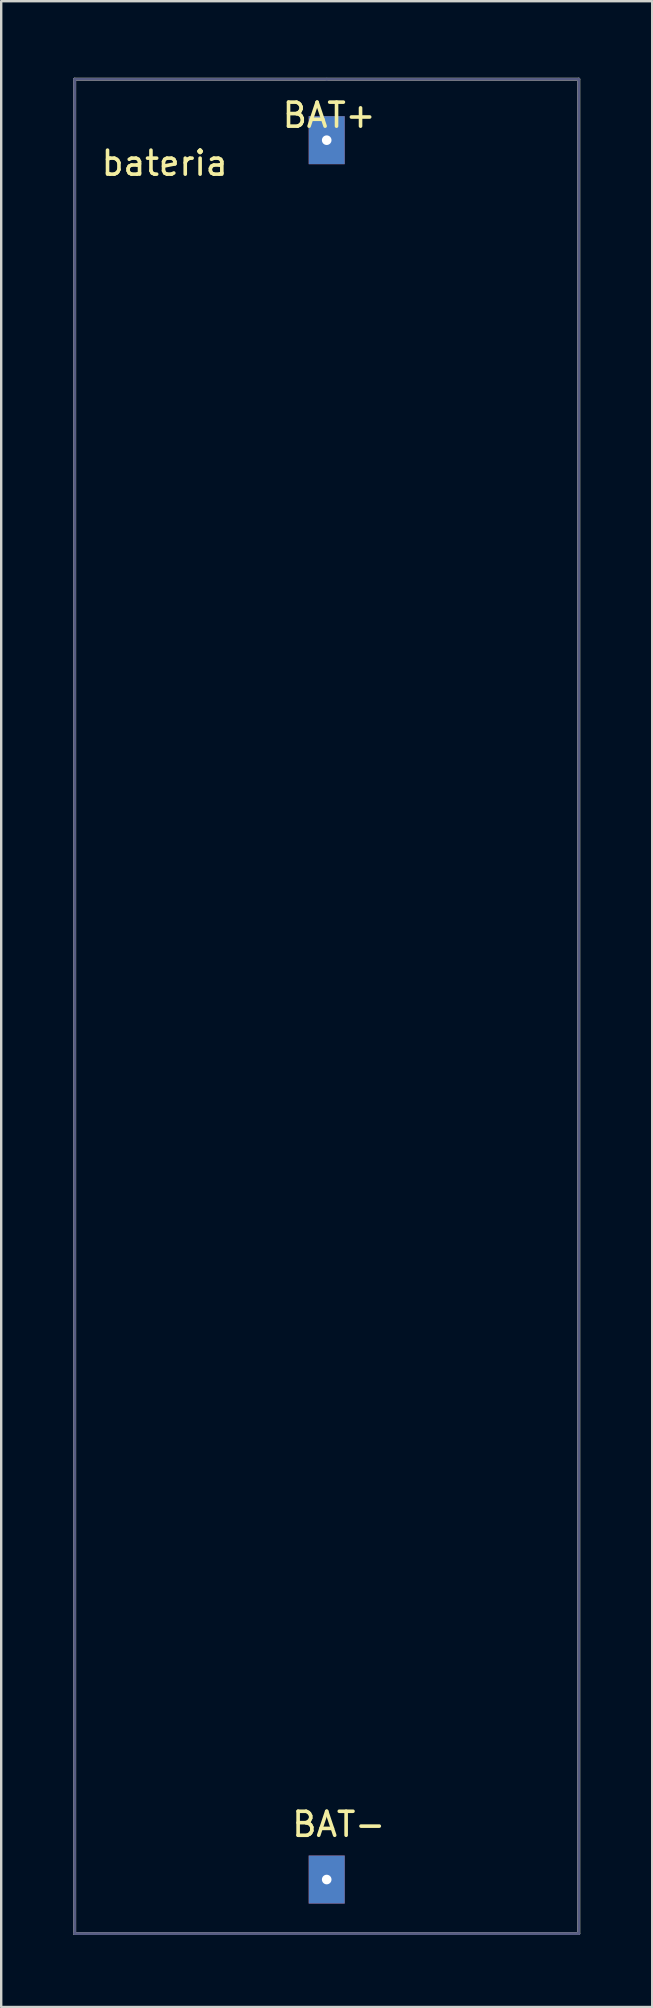
<source format=kicad_pcb>
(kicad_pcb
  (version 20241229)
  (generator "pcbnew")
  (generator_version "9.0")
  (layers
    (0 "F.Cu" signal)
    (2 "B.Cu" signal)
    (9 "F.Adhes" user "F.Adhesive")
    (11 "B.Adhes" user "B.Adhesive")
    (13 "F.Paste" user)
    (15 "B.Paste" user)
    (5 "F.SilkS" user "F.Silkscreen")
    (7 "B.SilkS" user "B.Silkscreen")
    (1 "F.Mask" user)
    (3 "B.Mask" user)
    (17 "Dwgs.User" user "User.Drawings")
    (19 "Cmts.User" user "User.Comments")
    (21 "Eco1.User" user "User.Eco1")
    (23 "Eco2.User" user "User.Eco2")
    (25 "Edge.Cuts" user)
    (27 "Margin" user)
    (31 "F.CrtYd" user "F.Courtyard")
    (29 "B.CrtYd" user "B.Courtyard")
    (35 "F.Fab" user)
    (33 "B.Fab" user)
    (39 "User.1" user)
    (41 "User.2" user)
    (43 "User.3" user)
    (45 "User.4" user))
  (footprint "bateria"
    (layer "F.Cu")
    (at 10.56 0.25)
    (property "Reference" "bateria" (at -6.75 3.5 0) (layer "F.SilkS") (effects (font (size 1 1) (thickness 0.15))))
    (attr through_hole)
    (fp_line (start -10.5 0) (end 10.5 0) (stroke (width 0.12) (type solid)) (layer "F.SilkS"))
    (fp_line (start -10.5 77.25) (end -10.5 0) (stroke (width 0.12) (type solid)) (layer "F.SilkS"))
    (fp_line (start 10.5 0) (end 10.5 77.25) (stroke (width 0.12) (type solid)) (layer "F.SilkS"))
    (fp_line (start 10.5 77.25) (end -10.5 77.25) (stroke (width 0.12) (type solid)) (layer "F.SilkS"))
    (fp_line (start -10.5 0) (end -10.5 77.25) (stroke (width 0.12) (type solid)) (layer "B.Fab"))
    (fp_line (start -10.5 77.25) (end 10.5 77.25) (stroke (width 0.12) (type solid)) (layer "B.Fab"))
    (fp_line (start 0 0) (end -10.5 0) (stroke (width 0.12) (type solid)) (layer "B.Fab"))
    (fp_line (start 0 0) (end 10.5 0) (stroke (width 0.12) (type solid)) (layer "B.Fab"))
    (fp_line (start 10.5 77.25) (end 10.5 0) (stroke (width 0.12) (type solid)) (layer "B.Fab"))
    (fp_text user "BAT-" (at 0.5 72.7 0) (layer "F.SilkS") (effects (font (size 1 1) (thickness 0.15))))
    (fp_text user "BAT+" (at 0.1 1.5 0) (layer "F.SilkS") (effects (font (size 1 1) (thickness 0.15))))
    (pad "1" thru_hole custom (at 0 2.54) (size 1.5 2) (drill 0.4) (layers "*.Cu" "*.Mask") (options (anchor rect)) (primitives))
    (pad "2" thru_hole custom (at 0 75) (size 1.5 2) (drill 0.4) (layers "*.Cu" "*.Mask") (options (anchor rect)) (primitives)))
  (gr_rect
    (start -3 -3)
    (end 24.12 80.56)
    (stroke (width 0.1) (type default))
    (fill no)
    (layer "Edge.Cuts")))
</source>
